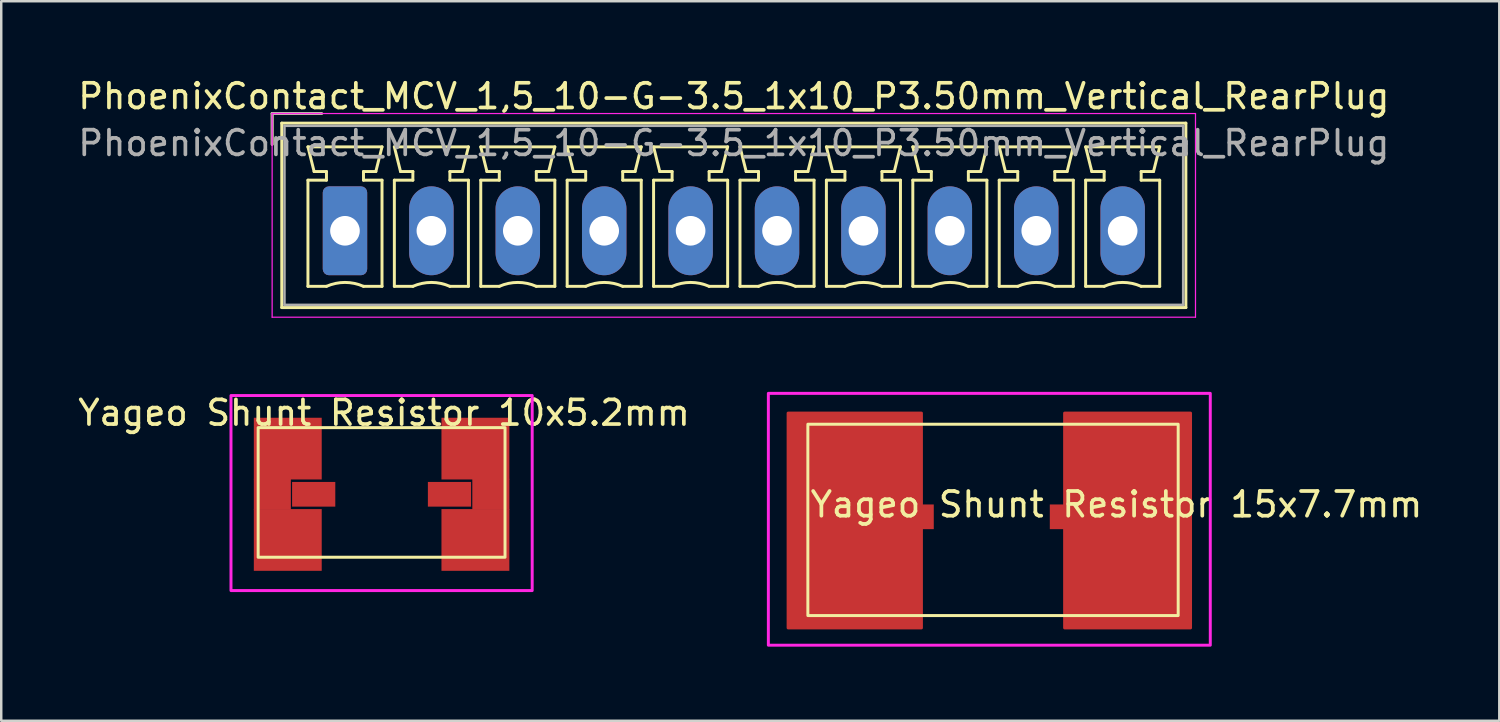
<source format=kicad_pcb>
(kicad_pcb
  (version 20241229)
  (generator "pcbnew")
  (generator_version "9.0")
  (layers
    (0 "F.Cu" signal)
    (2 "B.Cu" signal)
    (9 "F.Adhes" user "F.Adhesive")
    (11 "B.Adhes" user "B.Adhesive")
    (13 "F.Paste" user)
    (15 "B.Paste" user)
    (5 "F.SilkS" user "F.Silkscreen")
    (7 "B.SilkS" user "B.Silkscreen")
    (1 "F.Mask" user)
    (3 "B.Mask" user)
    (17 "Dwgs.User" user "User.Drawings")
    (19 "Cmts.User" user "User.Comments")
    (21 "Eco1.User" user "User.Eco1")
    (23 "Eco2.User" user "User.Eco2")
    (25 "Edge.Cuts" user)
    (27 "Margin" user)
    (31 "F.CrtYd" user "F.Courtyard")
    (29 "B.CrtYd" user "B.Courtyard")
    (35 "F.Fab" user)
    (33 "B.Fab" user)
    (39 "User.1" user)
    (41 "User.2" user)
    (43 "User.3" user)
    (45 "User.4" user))
  (footprint "PhoenixContact_MCV_1,5_10-G-3.5_1x10_P3.50mm_Vertical_RearPlug"
    (layer "F.Cu")
    (at 10.923 6.298)
    (property "Reference" "PhoenixContact_MCV_1,5_10-G-3.5_1x10_P3.50mm_Vertical_RearPlug" (at 15.75 -5.45 0) (layer "F.SilkS") (effects (font (size 1 1) (thickness 0.15))))
    (attr through_hole)
    (fp_line (start -2.95 -4.75) (end -0.95 -4.75) (stroke (width 0.12) (type solid)) (layer "F.SilkS"))
    (fp_line (start -2.95 -3.5) (end -2.95 -4.75) (stroke (width 0.12) (type solid)) (layer "F.SilkS"))
    (fp_line (start -2.56 -4.36) (end -2.56 3.11) (stroke (width 0.12) (type solid)) (layer "F.SilkS"))
    (fp_line (start -2.56 3.11) (end 34.06 3.11) (stroke (width 0.12) (type solid)) (layer "F.SilkS"))
    (fp_line (start -1.5 -3.4) (end 1.5 -3.4) (stroke (width 0.12) (type solid)) (layer "F.SilkS"))
    (fp_line (start -1.5 -2.05) (end -0.75 -2.05) (stroke (width 0.12) (type solid)) (layer "F.SilkS"))
    (fp_line (start -1.5 2.25) (end -1.5 -2.05) (stroke (width 0.12) (type solid)) (layer "F.SilkS"))
    (fp_line (start -1.25 -2.4) (end -1.5 -3.4) (stroke (width 0.12) (type solid)) (layer "F.SilkS"))
    (fp_line (start -0.75 -2.4) (end -1.25 -2.4) (stroke (width 0.12) (type solid)) (layer "F.SilkS"))
    (fp_line (start -0.75 -2.05) (end -0.75 -2.4) (stroke (width 0.12) (type solid)) (layer "F.SilkS"))
    (fp_line (start -0.75 2.25) (end -1.5 2.25) (stroke (width 0.12) (type solid)) (layer "F.SilkS"))
    (fp_line (start 0.75 -2.4) (end 0.75 -2.05) (stroke (width 0.12) (type solid)) (layer "F.SilkS"))
    (fp_line (start 0.75 -2.05) (end 1.5 -2.05) (stroke (width 0.12) (type solid)) (layer "F.SilkS"))
    (fp_line (start 1.25 -2.4) (end 0.75 -2.4) (stroke (width 0.12) (type solid)) (layer "F.SilkS"))
    (fp_line (start 1.5 -3.4) (end 1.25 -2.4) (stroke (width 0.12) (type solid)) (layer "F.SilkS"))
    (fp_line (start 1.5 -2.05) (end 1.5 2.25) (stroke (width 0.12) (type solid)) (layer "F.SilkS"))
    (fp_line (start 1.5 2.25) (end 0.75 2.25) (stroke (width 0.12) (type solid)) (layer "F.SilkS"))
    (fp_line (start 2 -3.4) (end 5 -3.4) (stroke (width 0.12) (type solid)) (layer "F.SilkS"))
    (fp_line (start 2 -2.05) (end 2.75 -2.05) (stroke (width 0.12) (type solid)) (layer "F.SilkS"))
    (fp_line (start 2 2.25) (end 2 -2.05) (stroke (width 0.12) (type solid)) (layer "F.SilkS"))
    (fp_line (start 2.25 -2.4) (end 2 -3.4) (stroke (width 0.12) (type solid)) (layer "F.SilkS"))
    (fp_line (start 2.75 -2.4) (end 2.25 -2.4) (stroke (width 0.12) (type solid)) (layer "F.SilkS"))
    (fp_line (start 2.75 -2.05) (end 2.75 -2.4) (stroke (width 0.12) (type solid)) (layer "F.SilkS"))
    (fp_line (start 2.75 2.25) (end 2 2.25) (stroke (width 0.12) (type solid)) (layer "F.SilkS"))
    (fp_line (start 4.25 -2.4) (end 4.25 -2.05) (stroke (width 0.12) (type solid)) (layer "F.SilkS"))
    (fp_line (start 4.25 -2.05) (end 5 -2.05) (stroke (width 0.12) (type solid)) (layer "F.SilkS"))
    (fp_line (start 4.75 -2.4) (end 4.25 -2.4) (stroke (width 0.12) (type solid)) (layer "F.SilkS"))
    (fp_line (start 5 -3.4) (end 4.75 -2.4) (stroke (width 0.12) (type solid)) (layer "F.SilkS"))
    (fp_line (start 5 -2.05) (end 5 2.25) (stroke (width 0.12) (type solid)) (layer "F.SilkS"))
    (fp_line (start 5 2.25) (end 4.25 2.25) (stroke (width 0.12) (type solid)) (layer "F.SilkS"))
    (fp_line (start 5.5 -3.4) (end 8.5 -3.4) (stroke (width 0.12) (type solid)) (layer "F.SilkS"))
    (fp_line (start 5.5 -2.05) (end 6.25 -2.05) (stroke (width 0.12) (type solid)) (layer "F.SilkS"))
    (fp_line (start 5.5 2.25) (end 5.5 -2.05) (stroke (width 0.12) (type solid)) (layer "F.SilkS"))
    (fp_line (start 5.75 -2.4) (end 5.5 -3.4) (stroke (width 0.12) (type solid)) (layer "F.SilkS"))
    (fp_line (start 6.25 -2.4) (end 5.75 -2.4) (stroke (width 0.12) (type solid)) (layer "F.SilkS"))
    (fp_line (start 6.25 -2.05) (end 6.25 -2.4) (stroke (width 0.12) (type solid)) (layer "F.SilkS"))
    (fp_line (start 6.25 2.25) (end 5.5 2.25) (stroke (width 0.12) (type solid)) (layer "F.SilkS"))
    (fp_line (start 7.75 -2.4) (end 7.75 -2.05) (stroke (width 0.12) (type solid)) (layer "F.SilkS"))
    (fp_line (start 7.75 -2.05) (end 8.5 -2.05) (stroke (width 0.12) (type solid)) (layer "F.SilkS"))
    (fp_line (start 8.25 -2.4) (end 7.75 -2.4) (stroke (width 0.12) (type solid)) (layer "F.SilkS"))
    (fp_line (start 8.5 -3.4) (end 8.25 -2.4) (stroke (width 0.12) (type solid)) (layer "F.SilkS"))
    (fp_line (start 8.5 -2.05) (end 8.5 2.25) (stroke (width 0.12) (type solid)) (layer "F.SilkS"))
    (fp_line (start 8.5 2.25) (end 7.75 2.25) (stroke (width 0.12) (type solid)) (layer "F.SilkS"))
    (fp_line (start 9 -3.4) (end 12 -3.4) (stroke (width 0.12) (type solid)) (layer "F.SilkS"))
    (fp_line (start 9 -2.05) (end 9.75 -2.05) (stroke (width 0.12) (type solid)) (layer "F.SilkS"))
    (fp_line (start 9 2.25) (end 9 -2.05) (stroke (width 0.12) (type solid)) (layer "F.SilkS"))
    (fp_line (start 9.25 -2.4) (end 9 -3.4) (stroke (width 0.12) (type solid)) (layer "F.SilkS"))
    (fp_line (start 9.75 -2.4) (end 9.25 -2.4) (stroke (width 0.12) (type solid)) (layer "F.SilkS"))
    (fp_line (start 9.75 -2.05) (end 9.75 -2.4) (stroke (width 0.12) (type solid)) (layer "F.SilkS"))
    (fp_line (start 9.75 2.25) (end 9 2.25) (stroke (width 0.12) (type solid)) (layer "F.SilkS"))
    (fp_line (start 11.25 -2.4) (end 11.25 -2.05) (stroke (width 0.12) (type solid)) (layer "F.SilkS"))
    (fp_line (start 11.25 -2.05) (end 12 -2.05) (stroke (width 0.12) (type solid)) (layer "F.SilkS"))
    (fp_line (start 11.75 -2.4) (end 11.25 -2.4) (stroke (width 0.12) (type solid)) (layer "F.SilkS"))
    (fp_line (start 12 -3.4) (end 11.75 -2.4) (stroke (width 0.12) (type solid)) (layer "F.SilkS"))
    (fp_line (start 12 -2.05) (end 12 2.25) (stroke (width 0.12) (type solid)) (layer "F.SilkS"))
    (fp_line (start 12 2.25) (end 11.25 2.25) (stroke (width 0.12) (type solid)) (layer "F.SilkS"))
    (fp_line (start 12.5 -3.4) (end 15.5 -3.4) (stroke (width 0.12) (type solid)) (layer "F.SilkS"))
    (fp_line (start 12.5 -2.05) (end 13.25 -2.05) (stroke (width 0.12) (type solid)) (layer "F.SilkS"))
    (fp_line (start 12.5 2.25) (end 12.5 -2.05) (stroke (width 0.12) (type solid)) (layer "F.SilkS"))
    (fp_line (start 12.75 -2.4) (end 12.5 -3.4) (stroke (width 0.12) (type solid)) (layer "F.SilkS"))
    (fp_line (start 13.25 -2.4) (end 12.75 -2.4) (stroke (width 0.12) (type solid)) (layer "F.SilkS"))
    (fp_line (start 13.25 -2.05) (end 13.25 -2.4) (stroke (width 0.12) (type solid)) (layer "F.SilkS"))
    (fp_line (start 13.25 2.25) (end 12.5 2.25) (stroke (width 0.12) (type solid)) (layer "F.SilkS"))
    (fp_line (start 14.75 -2.4) (end 14.75 -2.05) (stroke (width 0.12) (type solid)) (layer "F.SilkS"))
    (fp_line (start 14.75 -2.05) (end 15.5 -2.05) (stroke (width 0.12) (type solid)) (layer "F.SilkS"))
    (fp_line (start 15.25 -2.4) (end 14.75 -2.4) (stroke (width 0.12) (type solid)) (layer "F.SilkS"))
    (fp_line (start 15.5 -3.4) (end 15.25 -2.4) (stroke (width 0.12) (type solid)) (layer "F.SilkS"))
    (fp_line (start 15.5 -2.05) (end 15.5 2.25) (stroke (width 0.12) (type solid)) (layer "F.SilkS"))
    (fp_line (start 15.5 2.25) (end 14.75 2.25) (stroke (width 0.12) (type solid)) (layer "F.SilkS"))
    (fp_line (start 16 -3.4) (end 19 -3.4) (stroke (width 0.12) (type solid)) (layer "F.SilkS"))
    (fp_line (start 16 -2.05) (end 16.75 -2.05) (stroke (width 0.12) (type solid)) (layer "F.SilkS"))
    (fp_line (start 16 2.25) (end 16 -2.05) (stroke (width 0.12) (type solid)) (layer "F.SilkS"))
    (fp_line (start 16.25 -2.4) (end 16 -3.4) (stroke (width 0.12) (type solid)) (layer "F.SilkS"))
    (fp_line (start 16.75 -2.4) (end 16.25 -2.4) (stroke (width 0.12) (type solid)) (layer "F.SilkS"))
    (fp_line (start 16.75 -2.05) (end 16.75 -2.4) (stroke (width 0.12) (type solid)) (layer "F.SilkS"))
    (fp_line (start 16.75 2.25) (end 16 2.25) (stroke (width 0.12) (type solid)) (layer "F.SilkS"))
    (fp_line (start 18.25 -2.4) (end 18.25 -2.05) (stroke (width 0.12) (type solid)) (layer "F.SilkS"))
    (fp_line (start 18.25 -2.05) (end 19 -2.05) (stroke (width 0.12) (type solid)) (layer "F.SilkS"))
    (fp_line (start 18.75 -2.4) (end 18.25 -2.4) (stroke (width 0.12) (type solid)) (layer "F.SilkS"))
    (fp_line (start 19 -3.4) (end 18.75 -2.4) (stroke (width 0.12) (type solid)) (layer "F.SilkS"))
    (fp_line (start 19 -2.05) (end 19 2.25) (stroke (width 0.12) (type solid)) (layer "F.SilkS"))
    (fp_line (start 19 2.25) (end 18.25 2.25) (stroke (width 0.12) (type solid)) (layer "F.SilkS"))
    (fp_line (start 19.5 -3.4) (end 22.5 -3.4) (stroke (width 0.12) (type solid)) (layer "F.SilkS"))
    (fp_line (start 19.5 -2.05) (end 20.25 -2.05) (stroke (width 0.12) (type solid)) (layer "F.SilkS"))
    (fp_line (start 19.5 2.25) (end 19.5 -2.05) (stroke (width 0.12) (type solid)) (layer "F.SilkS"))
    (fp_line (start 19.75 -2.4) (end 19.5 -3.4) (stroke (width 0.12) (type solid)) (layer "F.SilkS"))
    (fp_line (start 20.25 -2.4) (end 19.75 -2.4) (stroke (width 0.12) (type solid)) (layer "F.SilkS"))
    (fp_line (start 20.25 -2.05) (end 20.25 -2.4) (stroke (width 0.12) (type solid)) (layer "F.SilkS"))
    (fp_line (start 20.25 2.25) (end 19.5 2.25) (stroke (width 0.12) (type solid)) (layer "F.SilkS"))
    (fp_line (start 21.75 -2.4) (end 21.75 -2.05) (stroke (width 0.12) (type solid)) (layer "F.SilkS"))
    (fp_line (start 21.75 -2.05) (end 22.5 -2.05) (stroke (width 0.12) (type solid)) (layer "F.SilkS"))
    (fp_line (start 22.25 -2.4) (end 21.75 -2.4) (stroke (width 0.12) (type solid)) (layer "F.SilkS"))
    (fp_line (start 22.5 -3.4) (end 22.25 -2.4) (stroke (width 0.12) (type solid)) (layer "F.SilkS"))
    (fp_line (start 22.5 -2.05) (end 22.5 2.25) (stroke (width 0.12) (type solid)) (layer "F.SilkS"))
    (fp_line (start 22.5 2.25) (end 21.75 2.25) (stroke (width 0.12) (type solid)) (layer "F.SilkS"))
    (fp_line (start 23 -3.4) (end 26 -3.4) (stroke (width 0.12) (type solid)) (layer "F.SilkS"))
    (fp_line (start 23 -2.05) (end 23.75 -2.05) (stroke (width 0.12) (type solid)) (layer "F.SilkS"))
    (fp_line (start 23 2.25) (end 23 -2.05) (stroke (width 0.12) (type solid)) (layer "F.SilkS"))
    (fp_line (start 23.25 -2.4) (end 23 -3.4) (stroke (width 0.12) (type solid)) (layer "F.SilkS"))
    (fp_line (start 23.75 -2.4) (end 23.25 -2.4) (stroke (width 0.12) (type solid)) (layer "F.SilkS"))
    (fp_line (start 23.75 -2.05) (end 23.75 -2.4) (stroke (width 0.12) (type solid)) (layer "F.SilkS"))
    (fp_line (start 23.75 2.25) (end 23 2.25) (stroke (width 0.12) (type solid)) (layer "F.SilkS"))
    (fp_line (start 25.25 -2.4) (end 25.25 -2.05) (stroke (width 0.12) (type solid)) (layer "F.SilkS"))
    (fp_line (start 25.25 -2.05) (end 26 -2.05) (stroke (width 0.12) (type solid)) (layer "F.SilkS"))
    (fp_line (start 25.75 -2.4) (end 25.25 -2.4) (stroke (width 0.12) (type solid)) (layer "F.SilkS"))
    (fp_line (start 26 -3.4) (end 25.75 -2.4) (stroke (width 0.12) (type solid)) (layer "F.SilkS"))
    (fp_line (start 26 -2.05) (end 26 2.25) (stroke (width 0.12) (type solid)) (layer "F.SilkS"))
    (fp_line (start 26 2.25) (end 25.25 2.25) (stroke (width 0.12) (type solid)) (layer "F.SilkS"))
    (fp_line (start 26.5 -3.4) (end 29.5 -3.4) (stroke (width 0.12) (type solid)) (layer "F.SilkS"))
    (fp_line (start 26.5 -2.05) (end 27.25 -2.05) (stroke (width 0.12) (type solid)) (layer "F.SilkS"))
    (fp_line (start 26.5 2.25) (end 26.5 -2.05) (stroke (width 0.12) (type solid)) (layer "F.SilkS"))
    (fp_line (start 26.75 -2.4) (end 26.5 -3.4) (stroke (width 0.12) (type solid)) (layer "F.SilkS"))
    (fp_line (start 27.25 -2.4) (end 26.75 -2.4) (stroke (width 0.12) (type solid)) (layer "F.SilkS"))
    (fp_line (start 27.25 -2.05) (end 27.25 -2.4) (stroke (width 0.12) (type solid)) (layer "F.SilkS"))
    (fp_line (start 27.25 2.25) (end 26.5 2.25) (stroke (width 0.12) (type solid)) (layer "F.SilkS"))
    (fp_line (start 28.75 -2.4) (end 28.75 -2.05) (stroke (width 0.12) (type solid)) (layer "F.SilkS"))
    (fp_line (start 28.75 -2.05) (end 29.5 -2.05) (stroke (width 0.12) (type solid)) (layer "F.SilkS"))
    (fp_line (start 29.25 -2.4) (end 28.75 -2.4) (stroke (width 0.12) (type solid)) (layer "F.SilkS"))
    (fp_line (start 29.5 -3.4) (end 29.25 -2.4) (stroke (width 0.12) (type solid)) (layer "F.SilkS"))
    (fp_line (start 29.5 -2.05) (end 29.5 2.25) (stroke (width 0.12) (type solid)) (layer "F.SilkS"))
    (fp_line (start 29.5 2.25) (end 28.75 2.25) (stroke (width 0.12) (type solid)) (layer "F.SilkS"))
    (fp_line (start 30 -3.4) (end 33 -3.4) (stroke (width 0.12) (type solid)) (layer "F.SilkS"))
    (fp_line (start 30 -2.05) (end 30.75 -2.05) (stroke (width 0.12) (type solid)) (layer "F.SilkS"))
    (fp_line (start 30 2.25) (end 30 -2.05) (stroke (width 0.12) (type solid)) (layer "F.SilkS"))
    (fp_line (start 30.25 -2.4) (end 30 -3.4) (stroke (width 0.12) (type solid)) (layer "F.SilkS"))
    (fp_line (start 30.75 -2.4) (end 30.25 -2.4) (stroke (width 0.12) (type solid)) (layer "F.SilkS"))
    (fp_line (start 30.75 -2.05) (end 30.75 -2.4) (stroke (width 0.12) (type solid)) (layer "F.SilkS"))
    (fp_line (start 30.75 2.25) (end 30 2.25) (stroke (width 0.12) (type solid)) (layer "F.SilkS"))
    (fp_line (start 32.25 -2.4) (end 32.25 -2.05) (stroke (width 0.12) (type solid)) (layer "F.SilkS"))
    (fp_line (start 32.25 -2.05) (end 33 -2.05) (stroke (width 0.12) (type solid)) (layer "F.SilkS"))
    (fp_line (start 32.75 -2.4) (end 32.25 -2.4) (stroke (width 0.12) (type solid)) (layer "F.SilkS"))
    (fp_line (start 33 -3.4) (end 32.75 -2.4) (stroke (width 0.12) (type solid)) (layer "F.SilkS"))
    (fp_line (start 33 -2.05) (end 33 2.25) (stroke (width 0.12) (type solid)) (layer "F.SilkS"))
    (fp_line (start 33 2.25) (end 32.25 2.25) (stroke (width 0.12) (type solid)) (layer "F.SilkS"))
    (fp_line (start 34.06 -4.36) (end -2.56 -4.36) (stroke (width 0.12) (type solid)) (layer "F.SilkS"))
    (fp_line (start 34.06 3.11) (end 34.06 -4.36) (stroke (width 0.12) (type solid)) (layer "F.SilkS"))
    (fp_arc (start -0.75 2.25) (mid -0.000193 2.09191) (end 0.749647 2.249844) (stroke (width 0.12) (type solid)) (layer "F.SilkS"))
    (fp_arc (start 2.75 2.25) (mid 3.499807 2.09191) (end 4.249647 2.249844) (stroke (width 0.12) (type solid)) (layer "F.SilkS"))
    (fp_arc (start 6.25 2.25) (mid 6.999807 2.09191) (end 7.749647 2.249844) (stroke (width 0.12) (type solid)) (layer "F.SilkS"))
    (fp_arc (start 9.75 2.25) (mid 10.499807 2.09191) (end 11.249647 2.249844) (stroke (width 0.12) (type solid)) (layer "F.SilkS"))
    (fp_arc (start 13.25 2.25) (mid 13.999807 2.09191) (end 14.749647 2.249844) (stroke (width 0.12) (type solid)) (layer "F.SilkS"))
    (fp_arc (start 16.75 2.25) (mid 17.499807 2.09191) (end 18.249647 2.249844) (stroke (width 0.12) (type solid)) (layer "F.SilkS"))
    (fp_arc (start 20.25 2.25) (mid 20.999807 2.09191) (end 21.749647 2.249844) (stroke (width 0.12) (type solid)) (layer "F.SilkS"))
    (fp_arc (start 23.75 2.25) (mid 24.499807 2.09191) (end 25.249647 2.249844) (stroke (width 0.12) (type solid)) (layer "F.SilkS"))
    (fp_arc (start 27.25 2.25) (mid 27.999807 2.09191) (end 28.749647 2.249844) (stroke (width 0.12) (type solid)) (layer "F.SilkS"))
    (fp_arc (start 30.75 2.25) (mid 31.499807 2.09191) (end 32.249647 2.249844) (stroke (width 0.12) (type solid)) (layer "F.SilkS"))
    (fp_line (start -2.95 -4.75) (end -2.95 3.5) (stroke (width 0.05) (type solid)) (layer "F.CrtYd"))
    (fp_line (start -2.95 3.5) (end 34.45 3.5) (stroke (width 0.05) (type solid)) (layer "F.CrtYd"))
    (fp_line (start 34.45 -4.75) (end -2.95 -4.75) (stroke (width 0.05) (type solid)) (layer "F.CrtYd"))
    (fp_line (start 34.45 3.5) (end 34.45 -4.75) (stroke (width 0.05) (type solid)) (layer "F.CrtYd"))
    (fp_line (start -2.95 -4.75) (end -0.95 -4.75) (stroke (width 0.1) (type solid)) (layer "F.Fab"))
    (fp_line (start -2.95 -3.5) (end -2.95 -4.75) (stroke (width 0.1) (type solid)) (layer "F.Fab"))
    (fp_line (start -2.45 -4.25) (end -2.45 3) (stroke (width 0.1) (type solid)) (layer "F.Fab"))
    (fp_line (start -2.45 3) (end 33.95 3) (stroke (width 0.1) (type solid)) (layer "F.Fab"))
    (fp_line (start 33.95 -4.25) (end -2.45 -4.25) (stroke (width 0.1) (type solid)) (layer "F.Fab"))
    (fp_line (start 33.95 3) (end 33.95 -4.25) (stroke (width 0.1) (type solid)) (layer "F.Fab"))
    (fp_text user "${REFERENCE}" (at 15.75 -3.55 0) (layer "F.Fab") (effects (font (size 1 1) (thickness 0.15))))
    (pad "1" thru_hole roundrect (at 0 0) (size 1.8 3.6) (drill 1.2) (layers "*.Cu" "*.Mask") (roundrect_rratio 0.139))
    (pad "2" thru_hole oval (at 3.5 0) (size 1.8 3.6) (drill 1.2) (layers "*.Cu" "*.Mask"))
    (pad "3" thru_hole oval (at 7 0) (size 1.8 3.6) (drill 1.2) (layers "*.Cu" "*.Mask"))
    (pad "4" thru_hole oval (at 10.5 0) (size 1.8 3.6) (drill 1.2) (layers "*.Cu" "*.Mask"))
    (pad "5" thru_hole oval (at 14 0) (size 1.8 3.6) (drill 1.2) (layers "*.Cu" "*.Mask"))
    (pad "6" thru_hole oval (at 17.5 0) (size 1.8 3.6) (drill 1.2) (layers "*.Cu" "*.Mask"))
    (pad "7" thru_hole oval (at 21 0) (size 1.8 3.6) (drill 1.2) (layers "*.Cu" "*.Mask"))
    (pad "8" thru_hole oval (at 24.5 0) (size 1.8 3.6) (drill 1.2) (layers "*.Cu" "*.Mask"))
    (pad "9" thru_hole oval (at 28 0) (size 1.8 3.6) (drill 1.2) (layers "*.Cu" "*.Mask"))
    (pad "10" thru_hole oval (at 31.5 0) (size 1.8 3.6) (drill 1.2) (layers "*.Cu" "*.Mask")))
  (footprint "Yageo Shunt Resistor 10x5.2mm"
    (layer "F.Cu")
    (at 12.406 16.971)
    (property "Reference" "Yageo Shunt Resistor 10x5.2mm" (at 0.1 -3.3 0) (unlocked yes) (layer "F.SilkS") (effects (font (size 1 1) (thickness 0.15))))
    (fp_rect (start -5 -2.7) (end 5 2.55) (stroke (width 0.12) (type solid)) (fill no) (layer "F.SilkS"))
    (fp_rect (start -6.1 -4) (end 6.1 3.9) (stroke (width 0.12) (type solid)) (fill no) (layer "F.CrtYd"))
    (pad "1" smd custom (at -4.425 0) (size 1.5 1.25) (layers "F.Cu" "F.Mask" "F.Paste") (options (anchor rect)) (primitives))
    (pad "1" smd custom (at -3.8 -1.85) (size 2.75 2.5) (layers "F.Cu" "F.Mask" "F.Paste") (options (anchor rect)) (primitives))
    (pad "1" smd custom (at -3.8 1.85) (size 2.75 2.5) (layers "F.Cu" "F.Mask" "F.Paste") (options (anchor rect)) (primitives))
    (pad "2" smd rect (at -2.75 0) (size 1.75 1) (layers "F.Cu" "F.Mask" "F.Paste"))
    (pad "3" smd rect (at 2.75 0) (size 1.75 1) (layers "F.Cu" "F.Mask" "F.Paste"))
    (pad "4" smd custom (at 3.8 -1.85) (size 2.75 2.5) (layers "F.Cu" "F.Mask" "F.Paste") (options (anchor rect)) (primitives))
    (pad "4" smd custom (at 3.8 1.85) (size 2.75 2.5) (layers "F.Cu" "F.Mask" "F.Paste") (options (anchor rect)) (primitives))
    (pad "4" smd custom (at 4.425 0) (size 1.5 1.25) (layers "F.Cu" "F.Mask" "F.Paste") (options (anchor rect)) (primitives)))
  (footprint "Yageo Shunt Resistor 15x7.7mm"
    (layer "F.Cu")
    (at 37.172 17.883)
    (property "Reference" "Yageo Shunt Resistor 15x7.7mm" (at 5 -0.5 0) (unlocked yes) (layer "F.SilkS") (effects (font (size 1 1) (thickness 0.15))))
    (fp_rect (start -8.3 -4.2) (end -2.9 4.5) (stroke (width 0.12) (type solid)) (fill yes) (layer "F.Cu"))
    (fp_rect (start 2.9 -4.2) (end 8 4.5) (stroke (width 0.12) (type solid)) (fill yes) (layer "F.Cu"))
    (fp_rect (start -7.5 -3.75) (end 7.5 4) (stroke (width 0.12) (type solid)) (fill no) (layer "F.SilkS"))
    (fp_rect (start -9.1 -5) (end 8.8 5.2) (stroke (width 0.12) (type solid)) (fill no) (layer "F.CrtYd"))
    (pad "1" smd circle (at -5.5 0) (size 1.524 1.524) (layers "F.Cu" "F.Mask" "F.Paste"))
    (pad "2" smd rect (at -2.9 0) (size 1 1) (layers "F.Cu" "F.Mask" "F.Paste"))
    (pad "3" smd rect (at 2.8 0) (size 1 1) (layers "F.Cu" "F.Mask" "F.Paste"))
    (pad "4" smd circle (at 5.6 0) (size 1.524 1.524) (layers "F.Cu" "F.Mask" "F.Paste")))
  (gr_rect
    (start -3 -3)
    (end 57.678 26.143)
    (stroke (width 0.1) (type default))
    (fill no)
    (layer "Edge.Cuts")))
</source>
